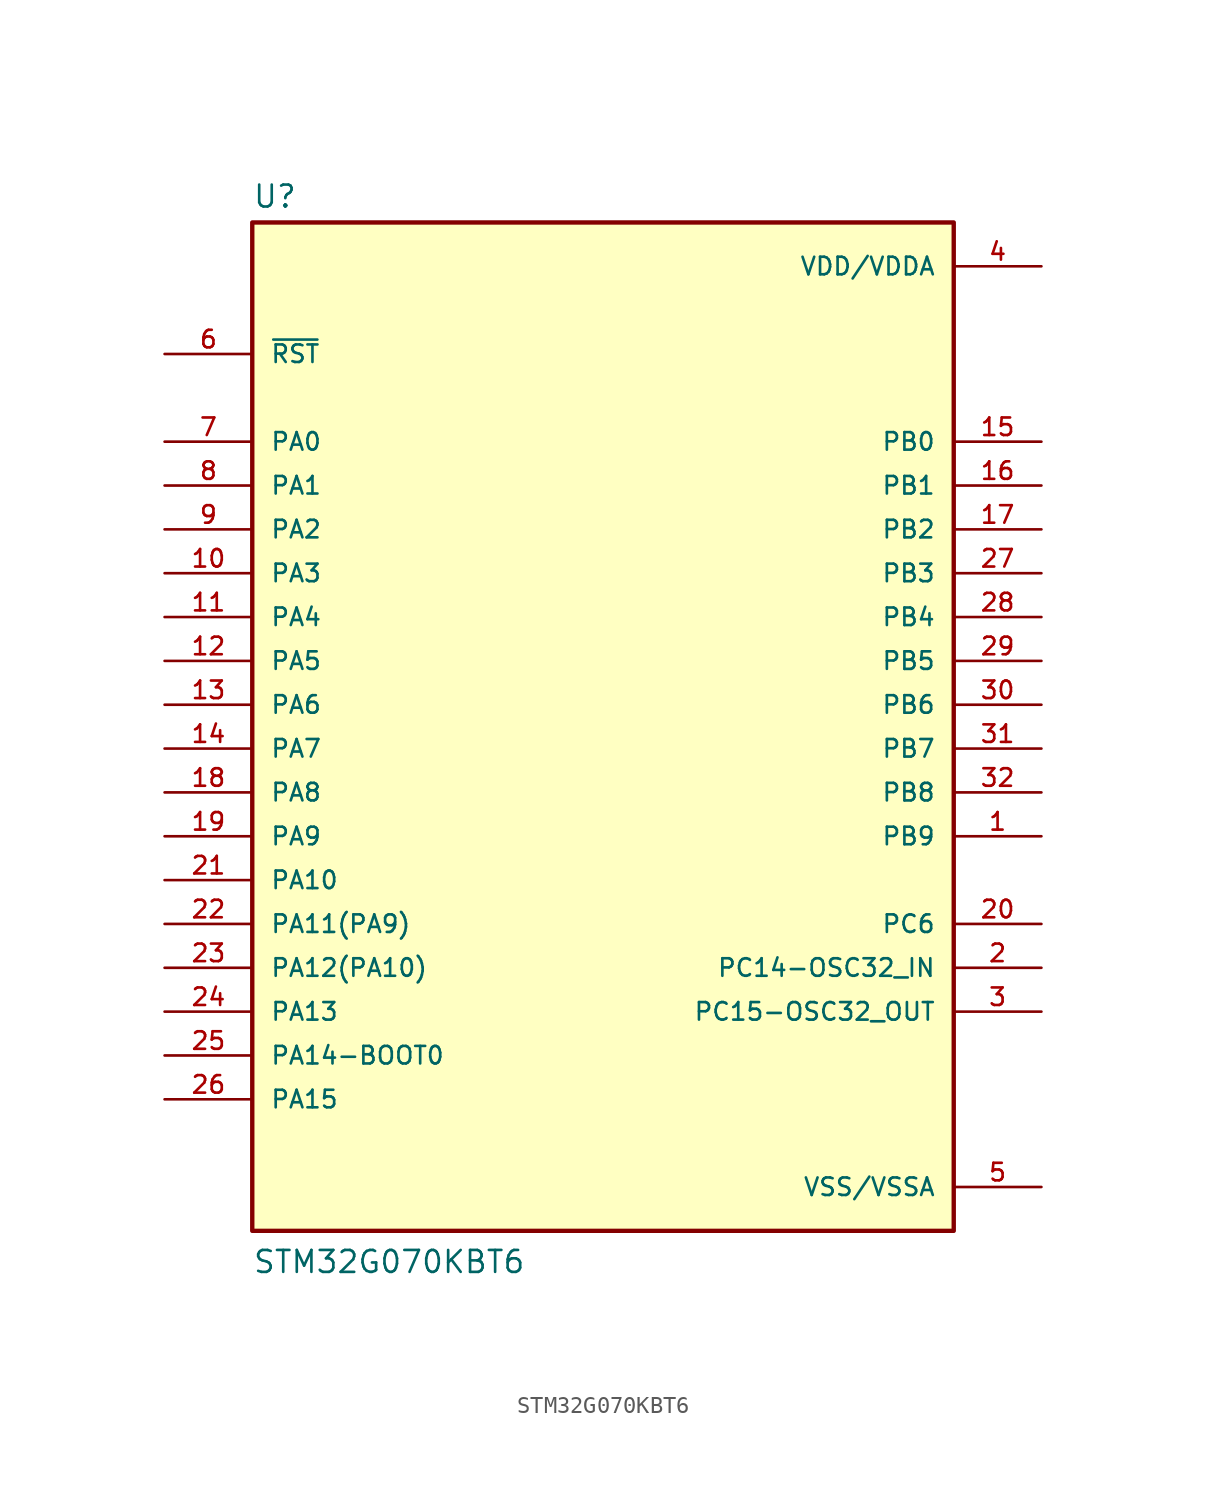
<source format=kicad_sym>
(kicad_symbol_lib
  (version 20211014)
  (generator kicad_symbol_editor)
  (symbol "STM32G070KBT6"
    (pin_names
      (offset 1.016))
    (property "Reference" "U"
      (at -20.32 28.702 0)
      (effects (font (size 1.27 1.27)) (justify bottom left)))
    (property "Value" "STM32G070KBT6"
      (at -20.32 -33.02 0)
      (effects (font (size 1.27 1.27)) (justify bottom left)))
    (symbol "STM32G070KBT6_0_0"
      (rectangle (start -20.32 -30.48) (end 20.32 27.94) (stroke (width 0.254)) (fill (type background)))
      (pin bidirectional line (at -25.4 20.32 0) (length 5.08) (name "~{RST}" (effects (font (size 1.016 1.016)))) (number "6" (effects (font (size 1.016 1.016)))))
      (pin bidirectional line (at 25.4 -7.62 180.0) (length 5.08) (name "PB9" (effects (font (size 1.016 1.016)))) (number "1" (effects (font (size 1.016 1.016)))))
      (pin bidirectional line (at 25.4 -15.24 180.0) (length 5.08) (name "PC14-OSC32_IN" (effects (font (size 1.016 1.016)))) (number "2" (effects (font (size 1.016 1.016)))))
      (pin power_in line (at 25.4 -27.94 180.0) (length 5.08) (name "VSS/VSSA" (effects (font (size 1.016 1.016)))) (number "5" (effects (font (size 1.016 1.016)))))
      (pin power_in line (at 25.4 25.4 180.0) (length 5.08) (name "VDD/VDDA" (effects (font (size 1.016 1.016)))) (number "4" (effects (font (size 1.016 1.016)))))
      (pin bidirectional line (at 25.4 2.54 180.0) (length 5.08) (name "PB5" (effects (font (size 1.016 1.016)))) (number "29" (effects (font (size 1.016 1.016)))))
      (pin bidirectional line (at -25.4 5.08 0) (length 5.08) (name "PA4" (effects (font (size 1.016 1.016)))) (number "11" (effects (font (size 1.016 1.016)))))
      (pin bidirectional line (at -25.4 7.62 0) (length 5.08) (name "PA3" (effects (font (size 1.016 1.016)))) (number "10" (effects (font (size 1.016 1.016)))))
      (pin bidirectional line (at -25.4 10.16 0) (length 5.08) (name "PA2" (effects (font (size 1.016 1.016)))) (number "9" (effects (font (size 1.016 1.016)))))
      (pin bidirectional line (at -25.4 12.7 0) (length 5.08) (name "PA1" (effects (font (size 1.016 1.016)))) (number "8" (effects (font (size 1.016 1.016)))))
      (pin bidirectional line (at -25.4 15.24 0) (length 5.08) (name "PA0" (effects (font (size 1.016 1.016)))) (number "7" (effects (font (size 1.016 1.016)))))
      (pin bidirectional line (at 25.4 -17.78 180.0) (length 5.08) (name "PC15-OSC32_OUT" (effects (font (size 1.016 1.016)))) (number "3" (effects (font (size 1.016 1.016)))))
      (pin bidirectional line (at 25.4 5.08 180.0) (length 5.08) (name "PB4" (effects (font (size 1.016 1.016)))) (number "28" (effects (font (size 1.016 1.016)))))
      (pin bidirectional line (at -25.4 2.54 0) (length 5.08) (name "PA5" (effects (font (size 1.016 1.016)))) (number "12" (effects (font (size 1.016 1.016)))))
      (pin bidirectional line (at -25.4 0.0 0) (length 5.08) (name "PA6" (effects (font (size 1.016 1.016)))) (number "13" (effects (font (size 1.016 1.016)))))
      (pin bidirectional line (at -25.4 -2.54 0) (length 5.08) (name "PA7" (effects (font (size 1.016 1.016)))) (number "14" (effects (font (size 1.016 1.016)))))
      (pin bidirectional line (at 25.4 15.24 180.0) (length 5.08) (name "PB0" (effects (font (size 1.016 1.016)))) (number "15" (effects (font (size 1.016 1.016)))))
      (pin bidirectional line (at 25.4 12.7 180.0) (length 5.08) (name "PB1" (effects (font (size 1.016 1.016)))) (number "16" (effects (font (size 1.016 1.016)))))
      (pin bidirectional line (at 25.4 10.16 180.0) (length 5.08) (name "PB2" (effects (font (size 1.016 1.016)))) (number "17" (effects (font (size 1.016 1.016)))))
      (pin bidirectional line (at -25.4 -5.08 0) (length 5.08) (name "PA8" (effects (font (size 1.016 1.016)))) (number "18" (effects (font (size 1.016 1.016)))))
      (pin bidirectional line (at -25.4 -7.62 0) (length 5.08) (name "PA9" (effects (font (size 1.016 1.016)))) (number "19" (effects (font (size 1.016 1.016)))))
      (pin bidirectional line (at 25.4 -12.7 180.0) (length 5.08) (name "PC6" (effects (font (size 1.016 1.016)))) (number "20" (effects (font (size 1.016 1.016)))))
      (pin bidirectional line (at -25.4 -10.16 0) (length 5.08) (name "PA10" (effects (font (size 1.016 1.016)))) (number "21" (effects (font (size 1.016 1.016)))))
      (pin bidirectional line (at -25.4 -12.7 0) (length 5.08) (name "PA11(PA9)" (effects (font (size 1.016 1.016)))) (number "22" (effects (font (size 1.016 1.016)))))
      (pin bidirectional line (at -25.4 -15.24 0) (length 5.08) (name "PA12(PA10)" (effects (font (size 1.016 1.016)))) (number "23" (effects (font (size 1.016 1.016)))))
      (pin bidirectional line (at -25.4 -20.32 0) (length 5.08) (name "PA14-BOOT0" (effects (font (size 1.016 1.016)))) (number "25" (effects (font (size 1.016 1.016)))))
      (pin bidirectional line (at -25.4 -22.86 0) (length 5.08) (name "PA15" (effects (font (size 1.016 1.016)))) (number "26" (effects (font (size 1.016 1.016)))))
      (pin bidirectional line (at 25.4 7.62 180.0) (length 5.08) (name "PB3" (effects (font (size 1.016 1.016)))) (number "27" (effects (font (size 1.016 1.016)))))
      (pin bidirectional line (at 25.4 0.0 180.0) (length 5.08) (name "PB6" (effects (font (size 1.016 1.016)))) (number "30" (effects (font (size 1.016 1.016)))))
      (pin bidirectional line (at 25.4 -2.54 180.0) (length 5.08) (name "PB7" (effects (font (size 1.016 1.016)))) (number "31" (effects (font (size 1.016 1.016)))))
      (pin bidirectional line (at 25.4 -5.08 180.0) (length 5.08) (name "PB8" (effects (font (size 1.016 1.016)))) (number "32" (effects (font (size 1.016 1.016)))))
      (pin bidirectional line (at -25.4 -17.78 0) (length 5.08) (name "PA13" (effects (font (size 1.016 1.016)))) (number "24" (effects (font (size 1.016 1.016))))))))
</source>
